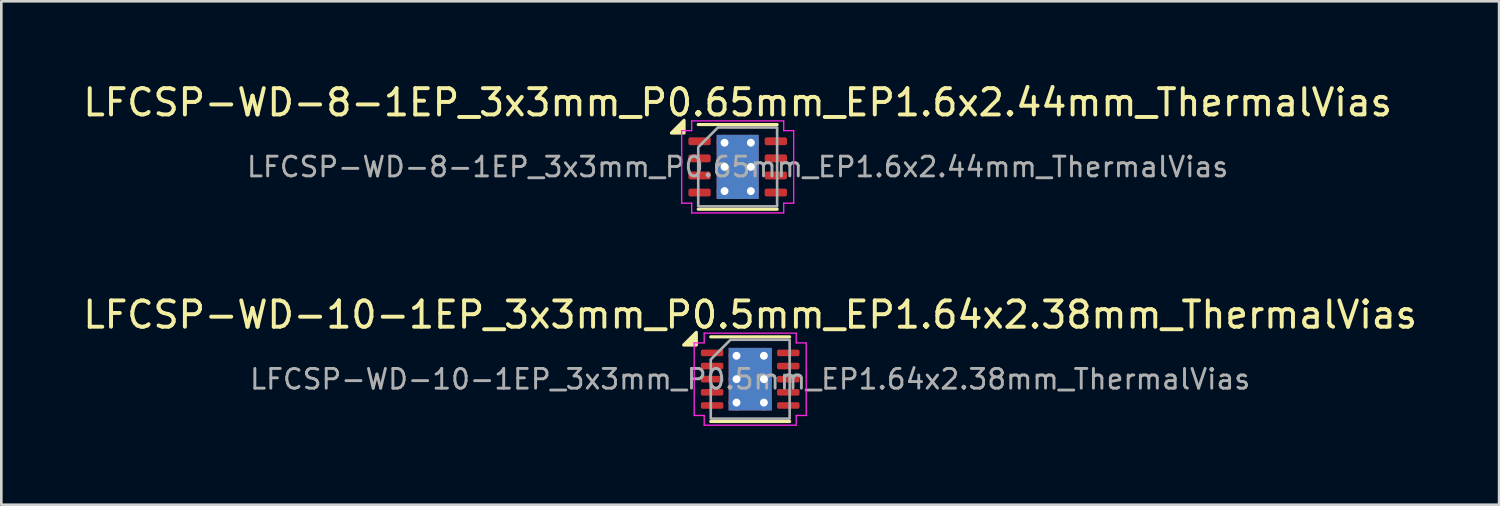
<source format=kicad_pcb>
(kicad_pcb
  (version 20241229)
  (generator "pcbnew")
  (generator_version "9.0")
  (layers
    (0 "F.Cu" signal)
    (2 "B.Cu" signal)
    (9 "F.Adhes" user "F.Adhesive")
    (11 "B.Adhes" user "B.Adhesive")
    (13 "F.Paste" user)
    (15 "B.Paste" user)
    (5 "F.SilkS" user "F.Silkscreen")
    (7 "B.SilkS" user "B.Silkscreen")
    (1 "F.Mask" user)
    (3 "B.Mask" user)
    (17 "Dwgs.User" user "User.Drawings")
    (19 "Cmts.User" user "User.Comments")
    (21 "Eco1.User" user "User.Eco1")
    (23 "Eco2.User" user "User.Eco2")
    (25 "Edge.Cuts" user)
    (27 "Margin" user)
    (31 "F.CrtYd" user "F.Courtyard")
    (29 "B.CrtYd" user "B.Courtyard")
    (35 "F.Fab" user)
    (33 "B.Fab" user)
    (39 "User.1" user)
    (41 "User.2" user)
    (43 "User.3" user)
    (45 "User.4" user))
  (footprint "LFCSP-WD-10-1EP_3x3mm_P0.5mm_EP1.64x2.38mm_ThermalVias"
    (layer "F.Cu")
    (at 25.482 11.371)
    (property "Reference" "LFCSP-WD-10-1EP_3x3mm_P0.5mm_EP1.64x2.38mm_ThermalVias" (at 0 -2.45 0) (layer "F.SilkS") (effects (font (size 1 1) (thickness 0.15))))
    (attr smd)
    (fp_line (start -1.5 -1.61) (end 1.5 -1.61) (stroke (width 0.12) (type solid)) (layer "F.SilkS"))
    (fp_line (start -1.5 1.61) (end 1.5 1.61) (stroke (width 0.12) (type solid)) (layer "F.SilkS"))
    (fp_poly (pts (xy -2.05 -1.3) (xy -2.53 -1.3) (xy -2.05 -1.78)) (stroke (width 0.12) (type solid)) (fill yes) (layer "F.SilkS"))
    (fp_line (start -2.13 -1.38) (end -1.75 -1.38) (stroke (width 0.05) (type solid)) (layer "F.CrtYd"))
    (fp_line (start -2.13 1.38) (end -2.13 -1.38) (stroke (width 0.05) (type solid)) (layer "F.CrtYd"))
    (fp_line (start -1.75 -1.75) (end 1.75 -1.75) (stroke (width 0.05) (type solid)) (layer "F.CrtYd"))
    (fp_line (start -1.75 -1.38) (end -1.75 -1.75) (stroke (width 0.05) (type solid)) (layer "F.CrtYd"))
    (fp_line (start -1.75 1.38) (end -2.13 1.38) (stroke (width 0.05) (type solid)) (layer "F.CrtYd"))
    (fp_line (start -1.75 1.75) (end -1.75 1.38) (stroke (width 0.05) (type solid)) (layer "F.CrtYd"))
    (fp_line (start 1.75 -1.75) (end 1.75 -1.38) (stroke (width 0.05) (type solid)) (layer "F.CrtYd"))
    (fp_line (start 1.75 -1.38) (end 2.13 -1.38) (stroke (width 0.05) (type solid)) (layer "F.CrtYd"))
    (fp_line (start 1.75 1.38) (end 1.75 1.75) (stroke (width 0.05) (type solid)) (layer "F.CrtYd"))
    (fp_line (start 1.75 1.75) (end -1.75 1.75) (stroke (width 0.05) (type solid)) (layer "F.CrtYd"))
    (fp_line (start 2.13 -1.38) (end 2.13 1.38) (stroke (width 0.05) (type solid)) (layer "F.CrtYd"))
    (fp_line (start 2.13 1.38) (end 1.75 1.38) (stroke (width 0.05) (type solid)) (layer "F.CrtYd"))
    (fp_poly (pts (xy -1.5 -0.75) (xy -1.5 1.5) (xy 1.5 1.5) (xy 1.5 -1.5) (xy -0.75 -1.5)) (stroke (width 0.1) (type solid)) (fill no) (layer "F.Fab"))
    (fp_text user "${REFERENCE}" (at 0 0 0) (layer "F.Fab") (effects (font (size 0.75 0.75) (thickness 0.11))))
    (pad "" smd roundrect (at -0.41 -0.79) (size 0.71 0.69) (layers "F.Paste") (roundrect_rratio 0.25))
    (pad "" smd roundrect (at -0.41 0) (size 0.71 0.69) (layers "F.Paste") (roundrect_rratio 0.25))
    (pad "" smd roundrect (at -0.41 0.79) (size 0.71 0.69) (layers "F.Paste") (roundrect_rratio 0.25))
    (pad "" smd roundrect (at 0.41 -0.79) (size 0.71 0.69) (layers "F.Paste") (roundrect_rratio 0.25))
    (pad "" smd roundrect (at 0.41 0) (size 0.71 0.69) (layers "F.Paste") (roundrect_rratio 0.25))
    (pad "" smd roundrect (at 0.41 0.79) (size 0.71 0.69) (layers "F.Paste") (roundrect_rratio 0.25))
    (pad "1" smd roundrect (at -1.448 -1) (size 0.855 0.25) (layers "F.Cu" "F.Mask" "F.Paste") (roundrect_rratio 0.25))
    (pad "2" smd roundrect (at -1.448 -0.5) (size 0.855 0.25) (layers "F.Cu" "F.Mask" "F.Paste") (roundrect_rratio 0.25))
    (pad "3" smd roundrect (at -1.448 0) (size 0.855 0.25) (layers "F.Cu" "F.Mask" "F.Paste") (roundrect_rratio 0.25))
    (pad "4" smd roundrect (at -1.448 0.5) (size 0.855 0.25) (layers "F.Cu" "F.Mask" "F.Paste") (roundrect_rratio 0.25))
    (pad "5" smd roundrect (at -1.448 1) (size 0.855 0.25) (layers "F.Cu" "F.Mask" "F.Paste") (roundrect_rratio 0.25))
    (pad "6" smd roundrect (at 1.448 1) (size 0.855 0.25) (layers "F.Cu" "F.Mask" "F.Paste") (roundrect_rratio 0.25))
    (pad "7" smd roundrect (at 1.448 0.5) (size 0.855 0.25) (layers "F.Cu" "F.Mask" "F.Paste") (roundrect_rratio 0.25))
    (pad "8" smd roundrect (at 1.448 0) (size 0.855 0.25) (layers "F.Cu" "F.Mask" "F.Paste") (roundrect_rratio 0.25))
    (pad "9" smd roundrect (at 1.448 -0.5) (size 0.855 0.25) (layers "F.Cu" "F.Mask" "F.Paste") (roundrect_rratio 0.25))
    (pad "10" smd roundrect (at 1.448 -1) (size 0.855 0.25) (layers "F.Cu" "F.Mask" "F.Paste") (roundrect_rratio 0.25))
    (pad "11" thru_hole circle (at -0.52 -0.89) (size 0.6 0.6) (drill 0.3) (property pad_prop_heatsink) (layers "*.Cu"))
    (pad "11" thru_hole circle (at -0.52 0) (size 0.6 0.6) (drill 0.3) (property pad_prop_heatsink) (layers "*.Cu"))
    (pad "11" thru_hole circle (at -0.52 0.89) (size 0.6 0.6) (drill 0.3) (property pad_prop_heatsink) (layers "*.Cu"))
    (pad "11" smd rect (at 0 0) (size 1.64 2.38) (property pad_prop_heatsink) (layers "F.Cu" "F.Mask"))
    (pad "11" smd rect (at 0 0) (size 1.64 2.38) (property pad_prop_heatsink) (layers "B.Cu"))
    (pad "11" thru_hole circle (at 0.52 -0.89) (size 0.6 0.6) (drill 0.3) (property pad_prop_heatsink) (layers "*.Cu"))
    (pad "11" thru_hole circle (at 0.52 0) (size 0.6 0.6) (drill 0.3) (property pad_prop_heatsink) (layers "*.Cu"))
    (pad "11" thru_hole circle (at 0.52 0.89) (size 0.6 0.6) (drill 0.3) (property pad_prop_heatsink) (layers "*.Cu")))
  (footprint "LFCSP-WD-8-1EP_3x3mm_P0.65mm_EP1.6x2.44mm_ThermalVias"
    (layer "F.Cu")
    (at 25.006 3.298)
    (property "Reference" "LFCSP-WD-8-1EP_3x3mm_P0.65mm_EP1.6x2.44mm_ThermalVias" (at 0 -2.45 0) (layer "F.SilkS") (effects (font (size 1 1) (thickness 0.15))))
    (attr smd)
    (fp_line (start -1.5 -1.61) (end 1.5 -1.61) (stroke (width 0.12) (type solid)) (layer "F.SilkS"))
    (fp_line (start -1.5 1.61) (end 1.5 1.61) (stroke (width 0.12) (type solid)) (layer "F.SilkS"))
    (fp_poly (pts (xy -2.04 -1.29) (xy -2.52 -1.29) (xy -2.04 -1.77)) (stroke (width 0.12) (type solid)) (fill yes) (layer "F.SilkS"))
    (fp_line (start -2.13 -1.38) (end -1.75 -1.38) (stroke (width 0.05) (type solid)) (layer "F.CrtYd"))
    (fp_line (start -2.13 1.38) (end -2.13 -1.38) (stroke (width 0.05) (type solid)) (layer "F.CrtYd"))
    (fp_line (start -1.75 -1.75) (end 1.75 -1.75) (stroke (width 0.05) (type solid)) (layer "F.CrtYd"))
    (fp_line (start -1.75 -1.38) (end -1.75 -1.75) (stroke (width 0.05) (type solid)) (layer "F.CrtYd"))
    (fp_line (start -1.75 1.38) (end -2.13 1.38) (stroke (width 0.05) (type solid)) (layer "F.CrtYd"))
    (fp_line (start -1.75 1.75) (end -1.75 1.38) (stroke (width 0.05) (type solid)) (layer "F.CrtYd"))
    (fp_line (start 1.75 -1.75) (end 1.75 -1.38) (stroke (width 0.05) (type solid)) (layer "F.CrtYd"))
    (fp_line (start 1.75 -1.38) (end 2.13 -1.38) (stroke (width 0.05) (type solid)) (layer "F.CrtYd"))
    (fp_line (start 1.75 1.38) (end 1.75 1.75) (stroke (width 0.05) (type solid)) (layer "F.CrtYd"))
    (fp_line (start 1.75 1.75) (end -1.75 1.75) (stroke (width 0.05) (type solid)) (layer "F.CrtYd"))
    (fp_line (start 2.13 -1.38) (end 2.13 1.38) (stroke (width 0.05) (type solid)) (layer "F.CrtYd"))
    (fp_line (start 2.13 1.38) (end 1.75 1.38) (stroke (width 0.05) (type solid)) (layer "F.CrtYd"))
    (fp_poly (pts (xy -1.5 -0.75) (xy -1.5 1.5) (xy 1.5 1.5) (xy 1.5 -1.5) (xy -0.75 -1.5)) (stroke (width 0.1) (type solid)) (fill no) (layer "F.Fab"))
    (fp_text user "${REFERENCE}" (at 0 0 0) (layer "F.Fab") (effects (font (size 0.75 0.75) (thickness 0.11))))
    (pad "" smd roundrect (at -0.4 -0.81) (size 0.64 0.66) (layers "F.Paste") (roundrect_rratio 0.25))
    (pad "" smd roundrect (at -0.4 0) (size 0.64 0.66) (layers "F.Paste") (roundrect_rratio 0.25))
    (pad "" smd roundrect (at -0.4 0.81) (size 0.64 0.66) (layers "F.Paste") (roundrect_rratio 0.25))
    (pad "" smd roundrect (at 0.4 -0.81) (size 0.64 0.66) (layers "F.Paste") (roundrect_rratio 0.25))
    (pad "" smd roundrect (at 0.4 0) (size 0.64 0.66) (layers "F.Paste") (roundrect_rratio 0.25))
    (pad "" smd roundrect (at 0.4 0.81) (size 0.64 0.66) (layers "F.Paste") (roundrect_rratio 0.25))
    (pad "1" smd roundrect (at -1.45 -0.975) (size 0.85 0.3) (layers "F.Cu" "F.Mask" "F.Paste") (roundrect_rratio 0.25))
    (pad "2" smd roundrect (at -1.45 -0.325) (size 0.85 0.3) (layers "F.Cu" "F.Mask" "F.Paste") (roundrect_rratio 0.25))
    (pad "3" smd roundrect (at -1.45 0.325) (size 0.85 0.3) (layers "F.Cu" "F.Mask" "F.Paste") (roundrect_rratio 0.25))
    (pad "4" smd roundrect (at -1.45 0.975) (size 0.85 0.3) (layers "F.Cu" "F.Mask" "F.Paste") (roundrect_rratio 0.25))
    (pad "5" smd roundrect (at 1.45 0.975) (size 0.85 0.3) (layers "F.Cu" "F.Mask" "F.Paste") (roundrect_rratio 0.25))
    (pad "6" smd roundrect (at 1.45 0.325) (size 0.85 0.3) (layers "F.Cu" "F.Mask" "F.Paste") (roundrect_rratio 0.25))
    (pad "7" smd roundrect (at 1.45 -0.325) (size 0.85 0.3) (layers "F.Cu" "F.Mask" "F.Paste") (roundrect_rratio 0.25))
    (pad "8" smd roundrect (at 1.45 -0.975) (size 0.85 0.3) (layers "F.Cu" "F.Mask" "F.Paste") (roundrect_rratio 0.25))
    (pad "9" thru_hole circle (at -0.5 -0.92) (size 0.6 0.6) (drill 0.3) (property pad_prop_heatsink) (layers "*.Cu"))
    (pad "9" thru_hole circle (at -0.5 0) (size 0.6 0.6) (drill 0.3) (property pad_prop_heatsink) (layers "*.Cu"))
    (pad "9" thru_hole circle (at -0.5 0.92) (size 0.6 0.6) (drill 0.3) (property pad_prop_heatsink) (layers "*.Cu"))
    (pad "9" smd rect (at 0 0) (size 1.6 2.44) (property pad_prop_heatsink) (layers "F.Cu" "F.Mask"))
    (pad "9" smd rect (at 0 0) (size 1.6 2.44) (property pad_prop_heatsink) (layers "B.Cu"))
    (pad "9" thru_hole circle (at 0.5 -0.92) (size 0.6 0.6) (drill 0.3) (property pad_prop_heatsink) (layers "*.Cu"))
    (pad "9" thru_hole circle (at 0.5 0) (size 0.6 0.6) (drill 0.3) (property pad_prop_heatsink) (layers "*.Cu"))
    (pad "9" thru_hole circle (at 0.5 0.92) (size 0.6 0.6) (drill 0.3) (property pad_prop_heatsink) (layers "*.Cu")))
  (gr_rect
    (start -3 -3)
    (end 53.964 16.146)
    (stroke (width 0.1) (type default))
    (fill no)
    (layer "Edge.Cuts")))
</source>
